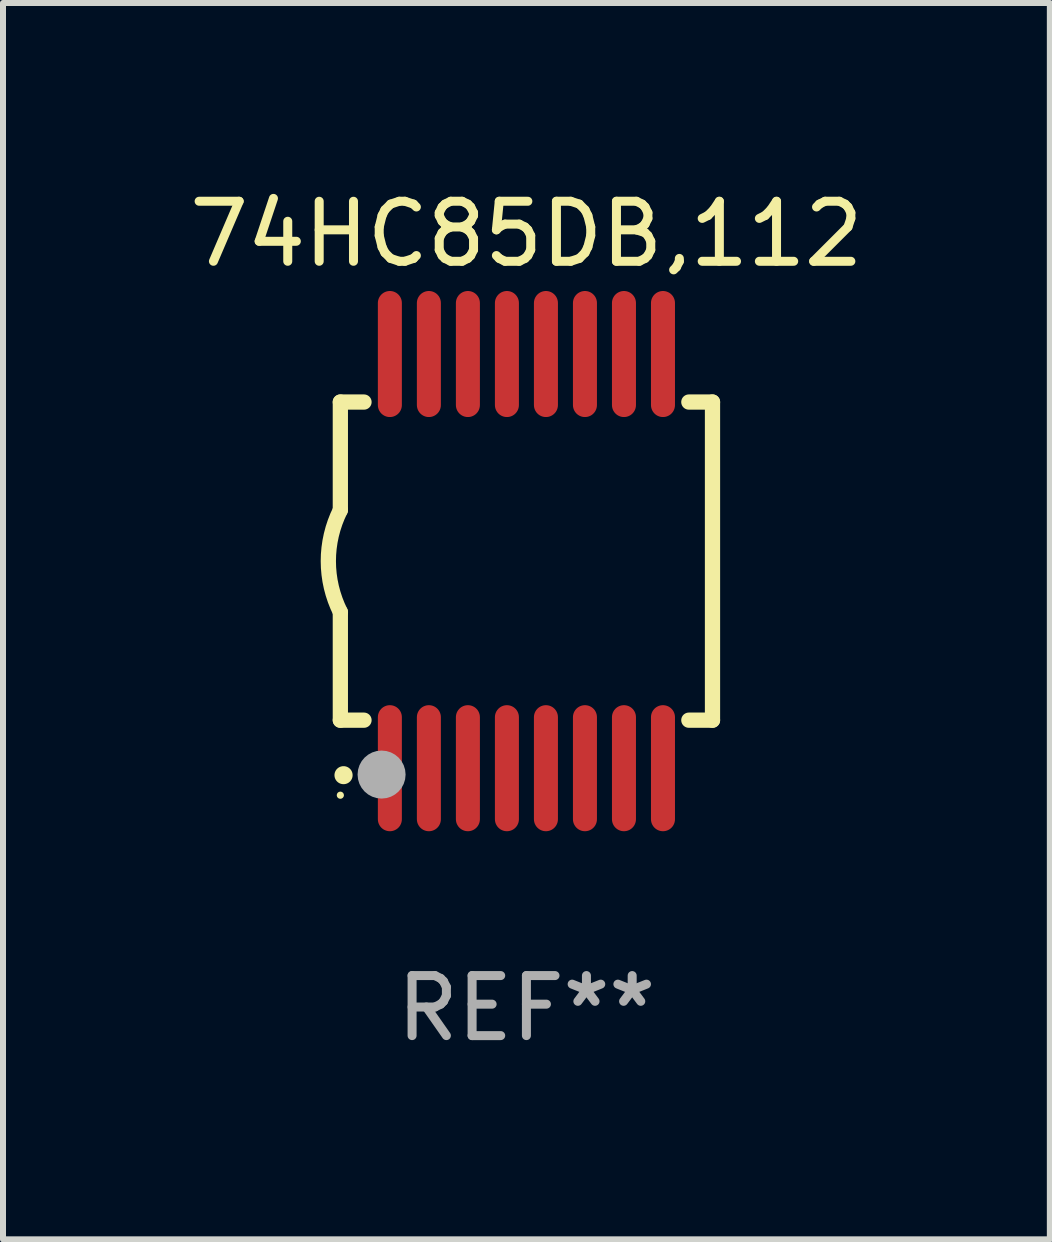
<source format=kicad_pcb>
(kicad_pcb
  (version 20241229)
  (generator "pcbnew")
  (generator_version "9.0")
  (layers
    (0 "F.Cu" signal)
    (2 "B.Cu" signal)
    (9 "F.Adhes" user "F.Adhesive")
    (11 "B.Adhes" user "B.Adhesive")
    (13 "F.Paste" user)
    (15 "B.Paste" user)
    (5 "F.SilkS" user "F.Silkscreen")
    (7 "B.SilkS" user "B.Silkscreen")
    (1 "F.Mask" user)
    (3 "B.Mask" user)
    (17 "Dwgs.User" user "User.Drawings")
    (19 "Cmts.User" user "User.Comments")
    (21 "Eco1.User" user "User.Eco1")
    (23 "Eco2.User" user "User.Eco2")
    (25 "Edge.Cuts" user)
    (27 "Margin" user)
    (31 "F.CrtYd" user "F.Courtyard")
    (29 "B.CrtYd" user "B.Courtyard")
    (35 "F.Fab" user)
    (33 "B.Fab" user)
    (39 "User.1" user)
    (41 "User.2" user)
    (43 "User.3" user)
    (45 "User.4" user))
  (footprint "74HC85DB,112"
    (layer "F.Cu")
    (at 5.72 6.298)
    (property "Reference" "74HC85DB,112" (at 0 -5.45 0) (layer "F.SilkS") (effects (font (size 1 1) (thickness 0.15))))
    (attr through_hole)
    (fp_line (start -3.1 -2.65) (end -3.1 -0.85) (stroke (width 0.254) (type solid)) (layer "F.SilkS"))
    (fp_line (start -3.1 -2.65) (end -2.706 -2.65) (stroke (width 0.254) (type solid)) (layer "F.SilkS"))
    (fp_line (start -3.1 2.65) (end -3.1 0.85) (stroke (width 0.254) (type solid)) (layer "F.SilkS"))
    (fp_line (start -3.1 2.65) (end -2.706 2.65) (stroke (width 0.254) (type solid)) (layer "F.SilkS"))
    (fp_line (start 2.706 -2.65) (end 3.1 -2.65) (stroke (width 0.254) (type solid)) (layer "F.SilkS"))
    (fp_line (start 2.706 2.65) (end 3.1 2.65) (stroke (width 0.254) (type solid)) (layer "F.SilkS"))
    (fp_line (start 3.1 -2.65) (end 3.1 2.65) (stroke (width 0.254) (type solid)) (layer "F.SilkS"))
    (fp_arc (start -3.098907 0.850902) (mid -3.300057 0.000523) (end -3.1 -0.850114) (stroke (width 0.254001) (type solid)) (layer "F.SilkS"))
    (fp_arc (start -3.048006 3.566066) (mid -3.046736 3.566061) (end -3.045466 3.566066) (stroke (width 0.3) (type solid)) (layer "F.SilkS"))
    (fp_circle (center -3.1 3.9) (end -3.07 3.9) (stroke (width 0.06) (type solid)) (fill no) (layer "F.SilkS"))
    (fp_circle (center -2.413 3.556) (end -2.213 3.556) (stroke (width 0.4) (type solid)) (fill no) (layer "F.Fab"))
    (fp_text user "REF**" (at 0 7.45 0) (layer "F.Fab") (effects (font (size 1 1) (thickness 0.15))))
    (pad "1" smd oval (at -2.275 3.45 180) (size 0.4 2.1) (layers "F.Cu" "F.Mask" "F.Paste"))
    (pad "2" smd oval (at -1.625 3.45 180) (size 0.4 2.1) (layers "F.Cu" "F.Mask" "F.Paste"))
    (pad "3" smd oval (at -0.975 3.45 180) (size 0.4 2.1) (layers "F.Cu" "F.Mask" "F.Paste"))
    (pad "4" smd oval (at -0.325 3.45 180) (size 0.4 2.1) (layers "F.Cu" "F.Mask" "F.Paste"))
    (pad "5" smd oval (at 0.325 3.45 180) (size 0.4 2.1) (layers "F.Cu" "F.Mask" "F.Paste"))
    (pad "6" smd oval (at 0.975 3.45 180) (size 0.4 2.1) (layers "F.Cu" "F.Mask" "F.Paste"))
    (pad "7" smd oval (at 1.625 3.45 180) (size 0.4 2.1) (layers "F.Cu" "F.Mask" "F.Paste"))
    (pad "8" smd oval (at 2.275 3.45 180) (size 0.4 2.1) (layers "F.Cu" "F.Mask" "F.Paste"))
    (pad "9" smd oval (at 2.275 -3.45 180) (size 0.4 2.1) (layers "F.Cu" "F.Mask" "F.Paste"))
    (pad "10" smd oval (at 1.625 -3.45 180) (size 0.4 2.1) (layers "F.Cu" "F.Mask" "F.Paste"))
    (pad "11" smd oval (at 0.975 -3.45 180) (size 0.4 2.1) (layers "F.Cu" "F.Mask" "F.Paste"))
    (pad "12" smd oval (at 0.325 -3.45 180) (size 0.4 2.1) (layers "F.Cu" "F.Mask" "F.Paste"))
    (pad "13" smd oval (at -0.325 -3.45 180) (size 0.4 2.1) (layers "F.Cu" "F.Mask" "F.Paste"))
    (pad "14" smd oval (at -0.975 -3.45 180) (size 0.4 2.1) (layers "F.Cu" "F.Mask" "F.Paste"))
    (pad "15" smd oval (at -1.625 -3.45 180) (size 0.4 2.1) (layers "F.Cu" "F.Mask" "F.Paste"))
    (pad "16" smd oval (at -2.275 -3.45 180) (size 0.4 2.1) (layers "F.Cu" "F.Mask" "F.Paste")))
  (gr_rect
    (start -3 -3)
    (end 14.44 17.597)
    (stroke (width 0.1) (type default))
    (fill no)
    (layer "Edge.Cuts")))
</source>
